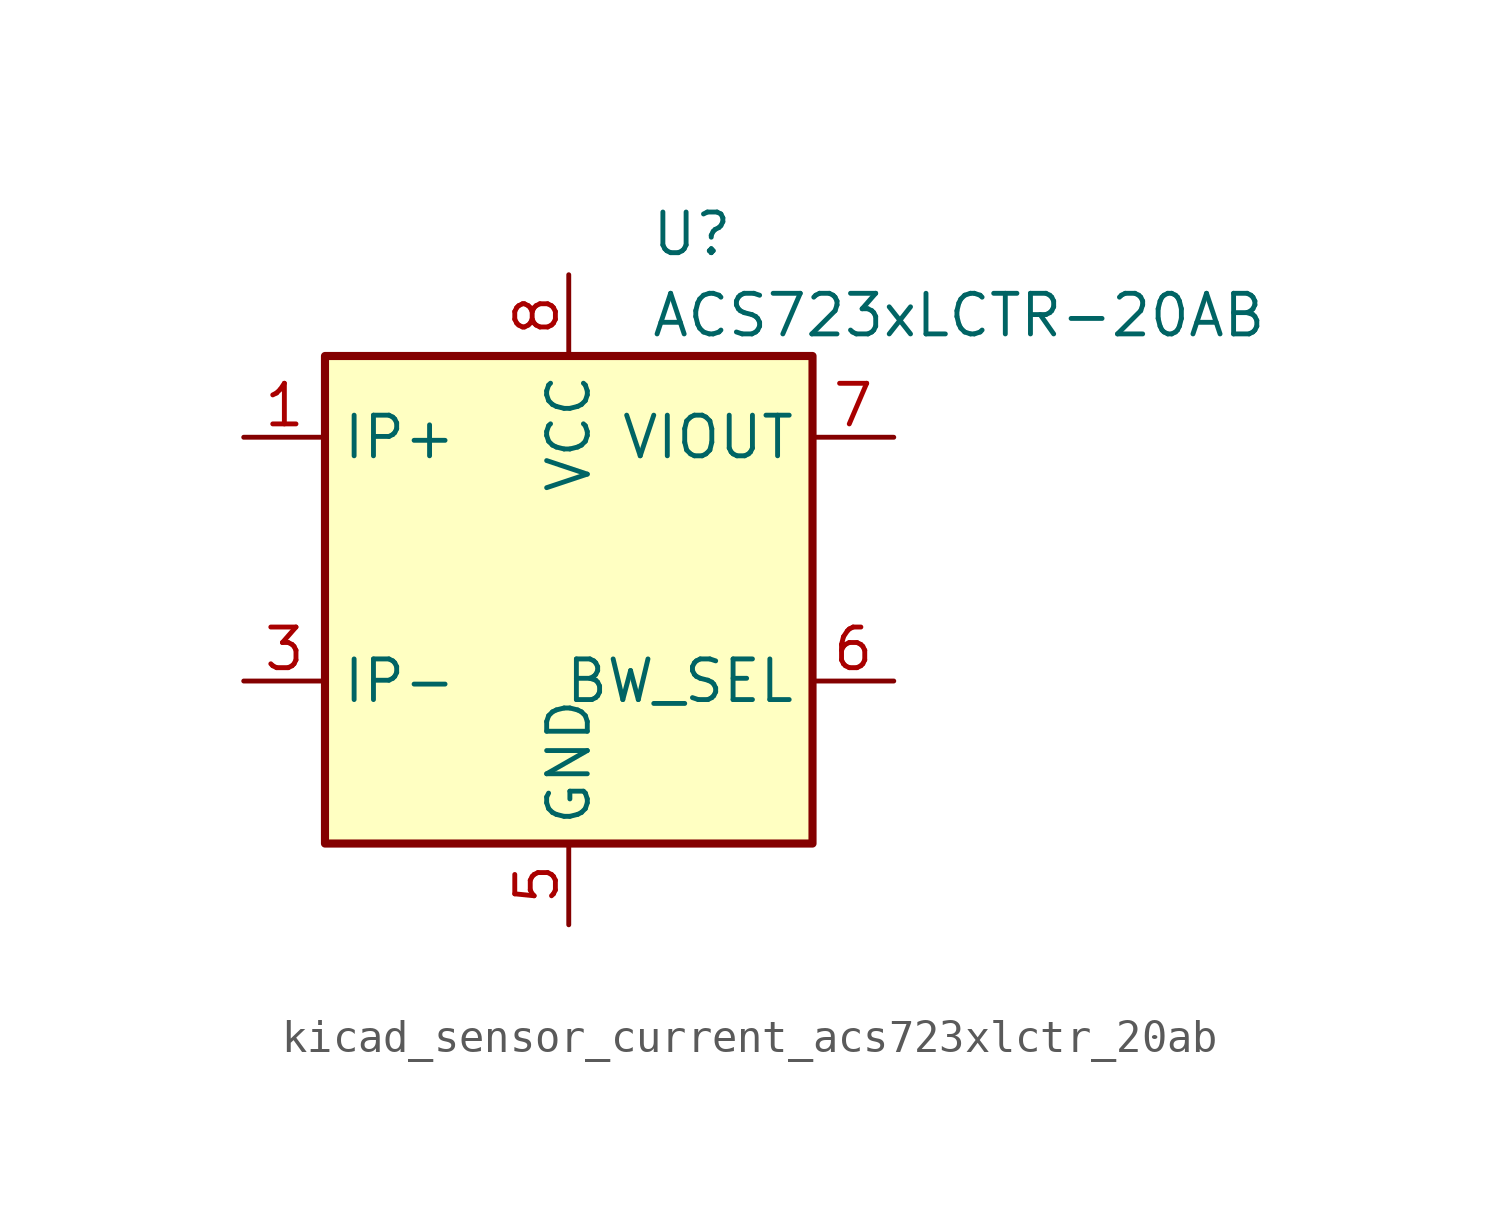
<source format=kicad_sym>
(kicad_symbol_lib
  (version 20220914)
  (generator kicad_symbol_editor)
  (symbol "kicad_sensor_current_acs723xlctr_20ab"
    (property "Reference" "U"
      (at 2.54 11.43 0)
      (effects (font (size 1.27 1.27)) (justify left)))
    (property "Value" "ACS723xLCTR-20AB"
      (at 2.54 8.89 0)
      (effects (font (size 1.27 1.27)) (justify left)))
    (symbol "kicad_sensor_current_acs723xlctr_20ab_0_1"
      (rectangle (start -7.62 7.62) (end 7.62 -7.62) (stroke (width 0.254) (type default)) (fill (type background))))
    (symbol "kicad_sensor_current_acs723xlctr_20ab_1_1"
      (pin passive line (at -10.16 5.08 0) (length 2.54) (name "IP+" (effects (font (size 1.27 1.27)))) (number "1" (effects (font (size 1.27 1.27)))))
      (pin passive line (at -10.16 5.08 0) (length 2.54) hide (name "IP+" (effects (font (size 1.27 1.27)))) (number "2" (effects (font (size 1.27 1.27)))))
      (pin passive line (at -10.16 -2.54 0) (length 2.54) (name "IP-" (effects (font (size 1.27 1.27)))) (number "3" (effects (font (size 1.27 1.27)))))
      (pin passive line (at -10.16 -2.54 0) (length 2.54) hide (name "IP-" (effects (font (size 1.27 1.27)))) (number "4" (effects (font (size 1.27 1.27)))))
      (pin power_in line (at 0 -10.16 90) (length 2.54) (name "GND" (effects (font (size 1.27 1.27)))) (number "5" (effects (font (size 1.27 1.27)))))
      (pin input line (at 10.16 -2.54 180) (length 2.54) (name "BW_SEL" (effects (font (size 1.27 1.27)))) (number "6" (effects (font (size 1.27 1.27)))))
      (pin output line (at 10.16 5.08 180) (length 2.54) (name "VIOUT" (effects (font (size 1.27 1.27)))) (number "7" (effects (font (size 1.27 1.27)))))
      (pin power_in line (at 0 10.16 270) (length 2.54) (name "VCC" (effects (font (size 1.27 1.27)))) (number "8" (effects (font (size 1.27 1.27))))))))
</source>
